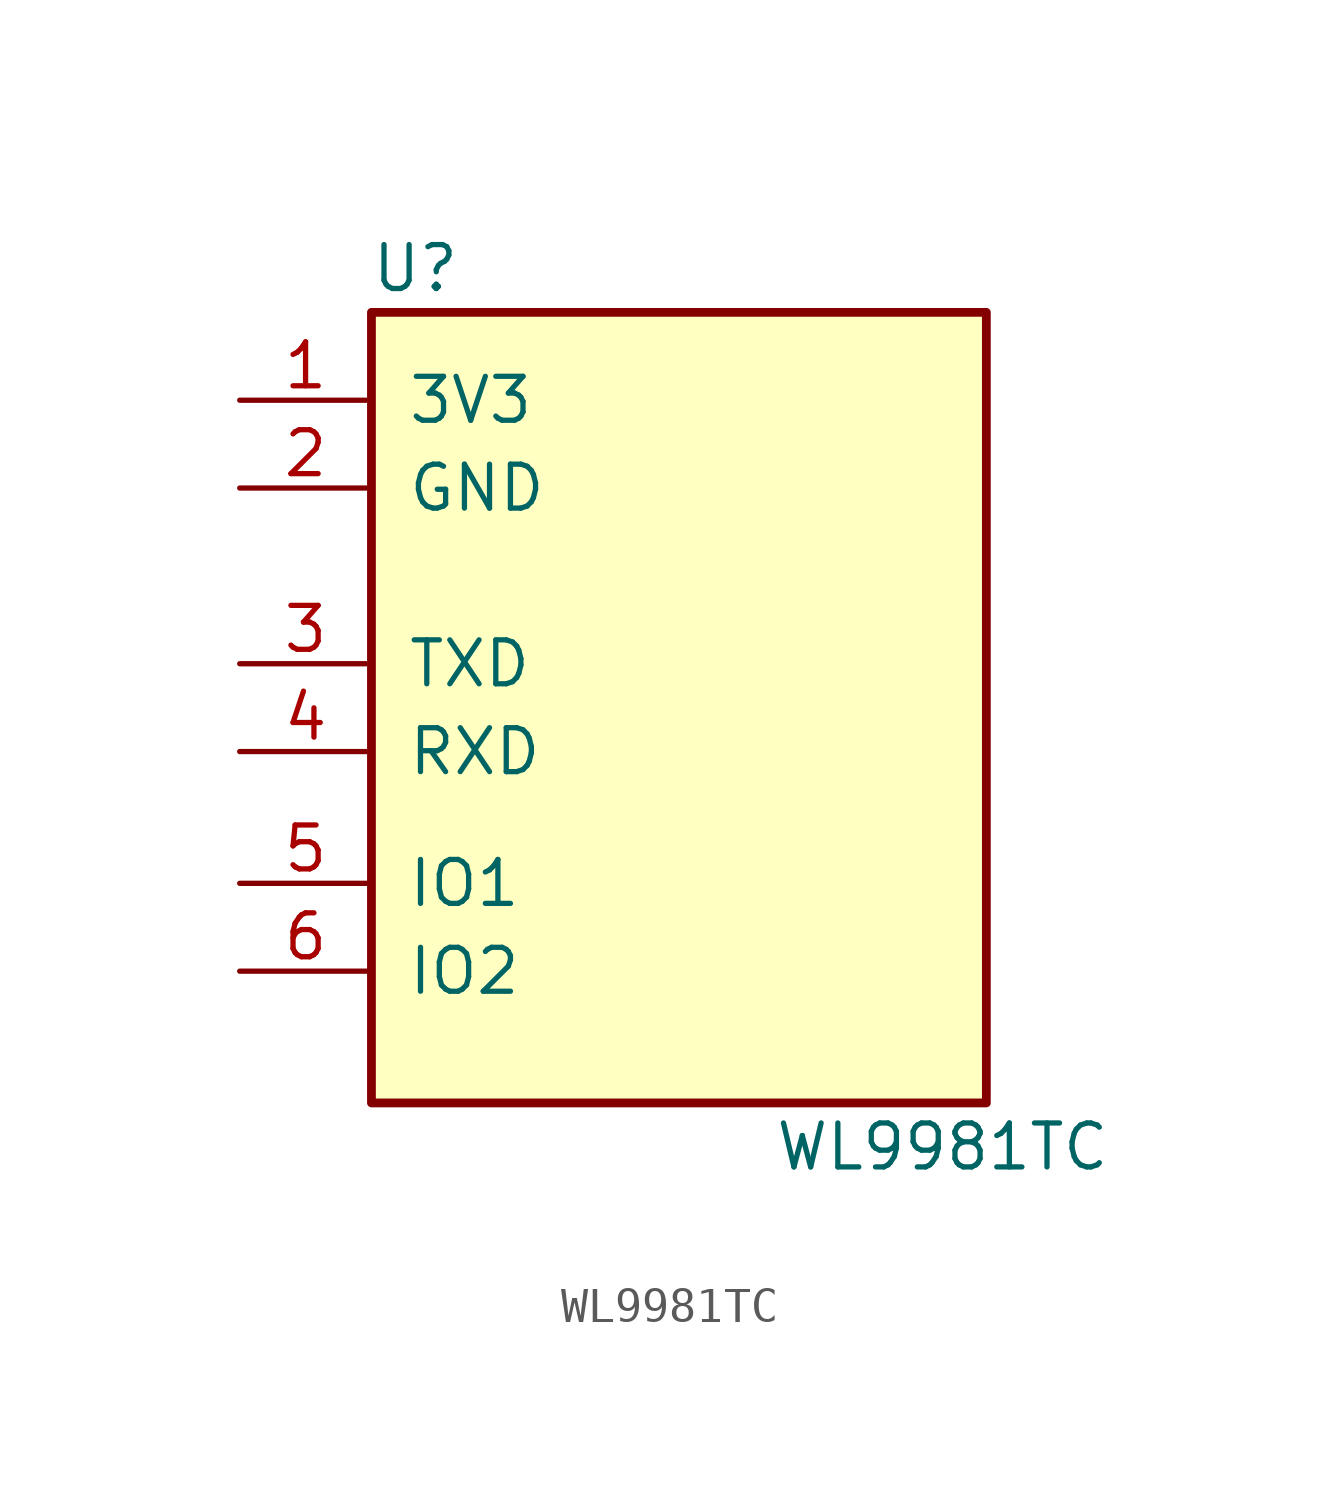
<source format=kicad_sym>
(kicad_symbol_lib
  (version 20211014)
  (generator kicad_symbol_editor)
  (symbol "WL9981TC"
    (pin_names
      (offset 1.016))
    (property "Reference" "U"
      (at -7.62 12.7 0)
      (effects (font (size 1.27 1.27))))
    (property "Value" "WL9981TC"
      (at 7.62 -12.7 0)
      (effects (font (size 1.27 1.27))))
    (symbol "WL9981TC_0_1"
      (rectangle (start -8.89 11.43) (end 8.89 -11.43) (stroke (width 0.254) (type default) (color 0 0 0 0)) (fill (type background))))
    (symbol "WL9981TC_1_1"
      (pin power_in line (at -12.7 8.89 0) (length 3.81) (name "3V3" (effects (font (size 1.27 1.27)))) (number "1" (effects (font (size 1.27 1.27)))))
      (pin power_in line (at -12.7 6.35 0) (length 3.81) (name "GND" (effects (font (size 1.27 1.27)))) (number "2" (effects (font (size 1.27 1.27)))))
      (pin output line (at -12.7 1.27 0) (length 3.81) (name "TXD" (effects (font (size 1.27 1.27)))) (number "3" (effects (font (size 1.27 1.27)))))
      (pin input line (at -12.7 -1.27 0) (length 3.81) (name "RXD" (effects (font (size 1.27 1.27)))) (number "4" (effects (font (size 1.27 1.27)))))
      (pin passive line (at -12.7 -5.08 0) (length 3.81) (name "IO1" (effects (font (size 1.27 1.27)))) (number "5" (effects (font (size 1.27 1.27)))))
      (pin passive line (at -12.7 -7.62 0) (length 3.81) (name "IO2" (effects (font (size 1.27 1.27)))) (number "6" (effects (font (size 1.27 1.27))))))))
</source>
